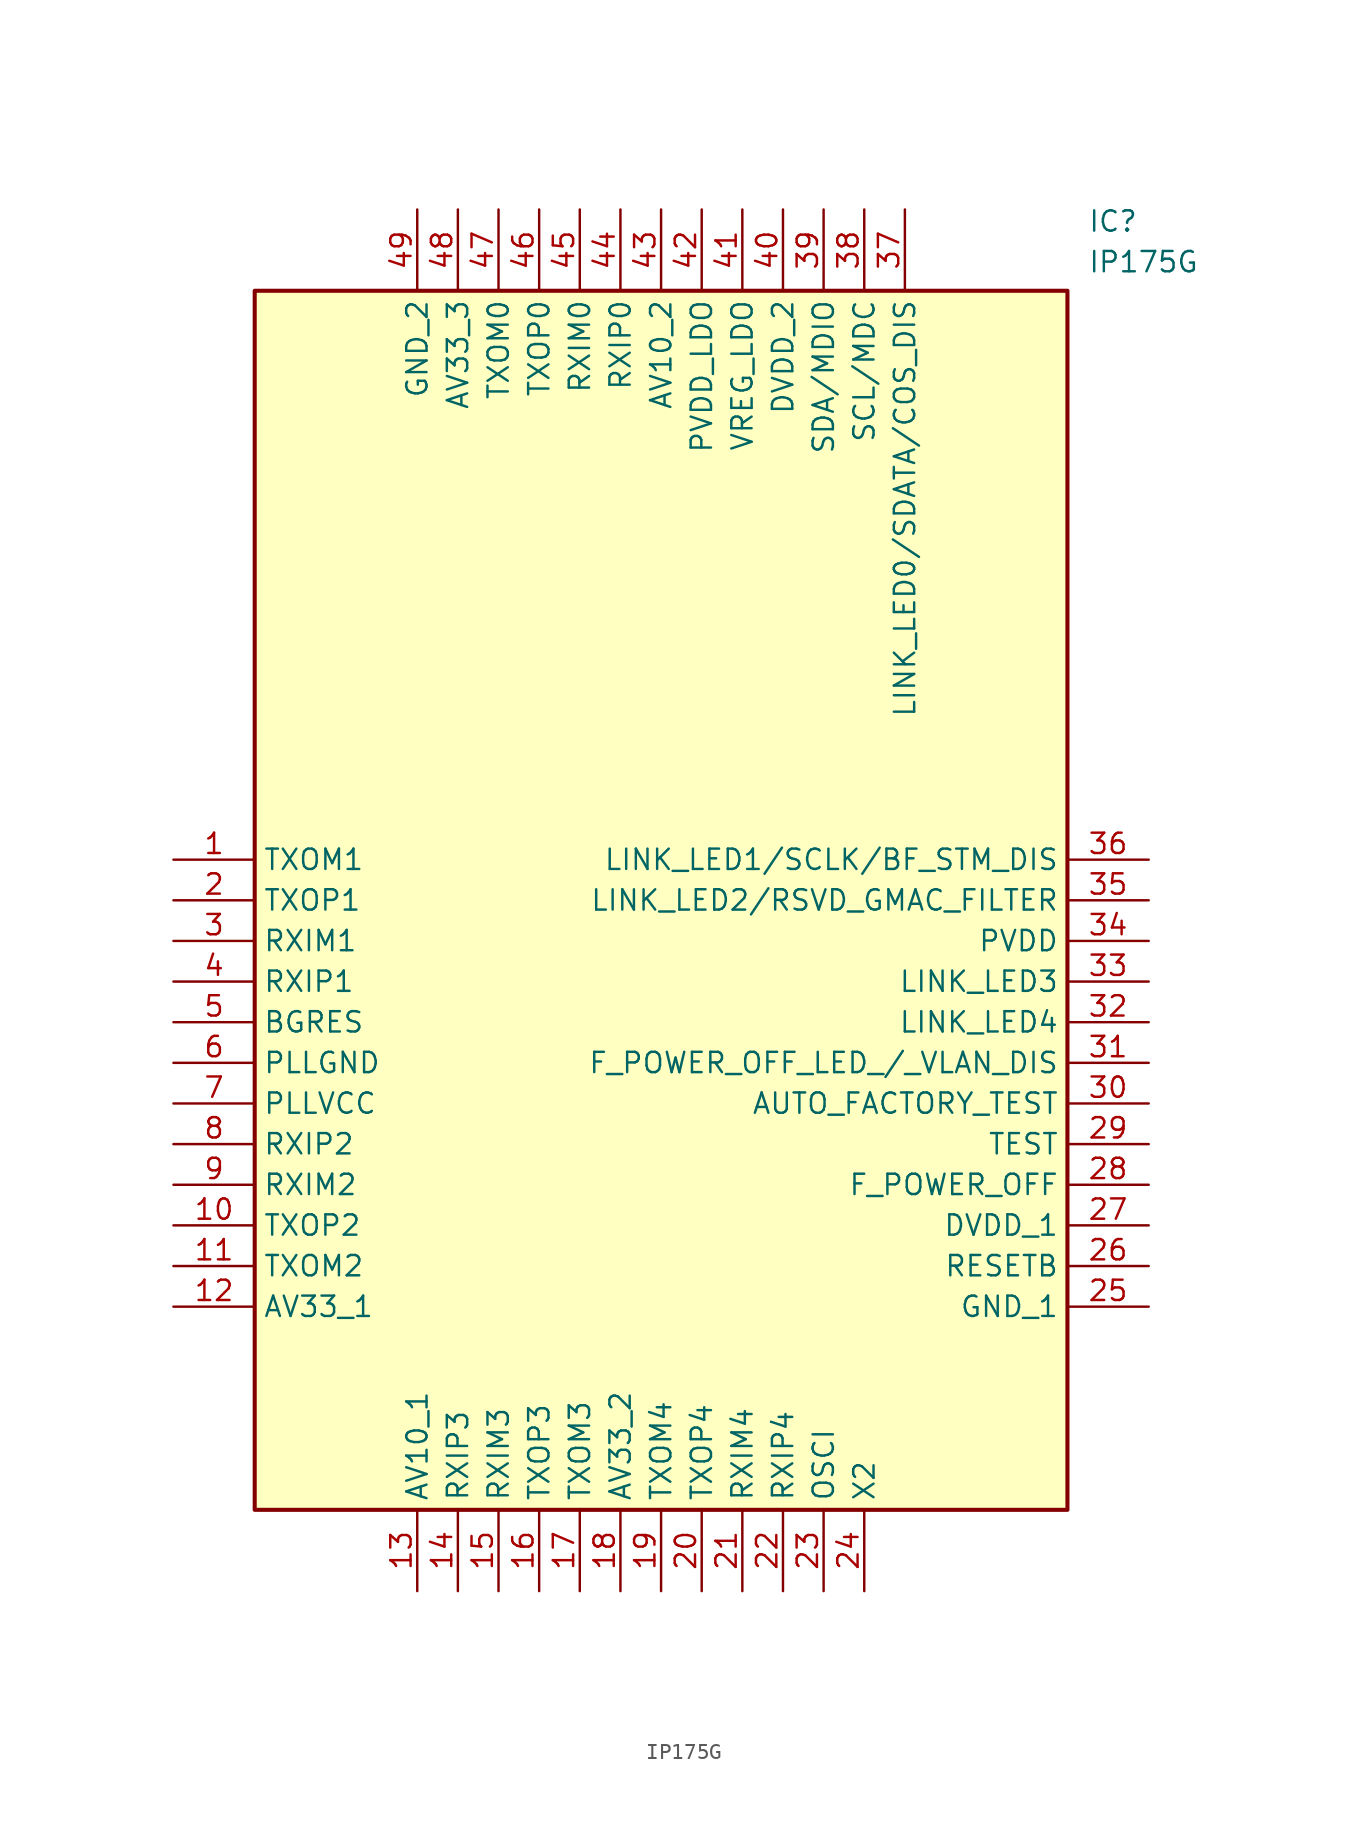
<source format=kicad_sym>
(kicad_symbol_lib
  (version 20211014)
  (generator SamacSys_ECAD_Model)
  (symbol "IP175G"
    (property "Reference" "IC"
      (at 57.15 40.64 0)
      (effects (font (size 1.27 1.27)) (justify left top)))
    (property "Value" "IP175G"
      (at 57.15 38.1 0)
      (effects (font (size 1.27 1.27)) (justify left top)))
    (rectangle
      (start 5.08 35.56)
      (end 55.88 -40.64)
      (stroke (width 0.254) (type default))
      (fill (type background)))
    (pin passive line
      (at 0 0 0)
      (length 5.08)
      (name "TXOM1" (effects (font (size 1.27 1.27))))
      (number "1" (effects (font (size 1.27 1.27)))))
    (pin passive line
      (at 0 -2.54 0)
      (length 5.08)
      (name "TXOP1" (effects (font (size 1.27 1.27))))
      (number "2" (effects (font (size 1.27 1.27)))))
    (pin passive line
      (at 0 -5.08 0)
      (length 5.08)
      (name "RXIM1" (effects (font (size 1.27 1.27))))
      (number "3" (effects (font (size 1.27 1.27)))))
    (pin passive line
      (at 0 -7.62 0)
      (length 5.08)
      (name "RXIP1" (effects (font (size 1.27 1.27))))
      (number "4" (effects (font (size 1.27 1.27)))))
    (pin passive line
      (at 0 -10.16 0)
      (length 5.08)
      (name "BGRES" (effects (font (size 1.27 1.27))))
      (number "5" (effects (font (size 1.27 1.27)))))
    (pin passive line
      (at 0 -12.7 0)
      (length 5.08)
      (name "PLLGND" (effects (font (size 1.27 1.27))))
      (number "6" (effects (font (size 1.27 1.27)))))
    (pin passive line
      (at 0 -15.24 0)
      (length 5.08)
      (name "PLLVCC" (effects (font (size 1.27 1.27))))
      (number "7" (effects (font (size 1.27 1.27)))))
    (pin passive line
      (at 0 -17.78 0)
      (length 5.08)
      (name "RXIP2" (effects (font (size 1.27 1.27))))
      (number "8" (effects (font (size 1.27 1.27)))))
    (pin passive line
      (at 0 -20.32 0)
      (length 5.08)
      (name "RXIM2" (effects (font (size 1.27 1.27))))
      (number "9" (effects (font (size 1.27 1.27)))))
    (pin passive line
      (at 0 -22.86 0)
      (length 5.08)
      (name "TXOP2" (effects (font (size 1.27 1.27))))
      (number "10" (effects (font (size 1.27 1.27)))))
    (pin passive line
      (at 0 -25.4 0)
      (length 5.08)
      (name "TXOM2" (effects (font (size 1.27 1.27))))
      (number "11" (effects (font (size 1.27 1.27)))))
    (pin passive line
      (at 0 -27.94 0)
      (length 5.08)
      (name "AV33_1" (effects (font (size 1.27 1.27))))
      (number "12" (effects (font (size 1.27 1.27)))))
    (pin passive line
      (at 15.24 -45.72 90)
      (length 5.08)
      (name "AV10_1" (effects (font (size 1.27 1.27))))
      (number "13" (effects (font (size 1.27 1.27)))))
    (pin passive line
      (at 17.78 -45.72 90)
      (length 5.08)
      (name "RXIP3" (effects (font (size 1.27 1.27))))
      (number "14" (effects (font (size 1.27 1.27)))))
    (pin passive line
      (at 20.32 -45.72 90)
      (length 5.08)
      (name "RXIM3" (effects (font (size 1.27 1.27))))
      (number "15" (effects (font (size 1.27 1.27)))))
    (pin passive line
      (at 22.86 -45.72 90)
      (length 5.08)
      (name "TXOP3" (effects (font (size 1.27 1.27))))
      (number "16" (effects (font (size 1.27 1.27)))))
    (pin passive line
      (at 25.4 -45.72 90)
      (length 5.08)
      (name "TXOM3" (effects (font (size 1.27 1.27))))
      (number "17" (effects (font (size 1.27 1.27)))))
    (pin passive line
      (at 27.94 -45.72 90)
      (length 5.08)
      (name "AV33_2" (effects (font (size 1.27 1.27))))
      (number "18" (effects (font (size 1.27 1.27)))))
    (pin passive line
      (at 30.48 -45.72 90)
      (length 5.08)
      (name "TXOM4" (effects (font (size 1.27 1.27))))
      (number "19" (effects (font (size 1.27 1.27)))))
    (pin passive line
      (at 33.02 -45.72 90)
      (length 5.08)
      (name "TXOP4" (effects (font (size 1.27 1.27))))
      (number "20" (effects (font (size 1.27 1.27)))))
    (pin passive line
      (at 35.56 -45.72 90)
      (length 5.08)
      (name "RXIM4" (effects (font (size 1.27 1.27))))
      (number "21" (effects (font (size 1.27 1.27)))))
    (pin passive line
      (at 38.1 -45.72 90)
      (length 5.08)
      (name "RXIP4" (effects (font (size 1.27 1.27))))
      (number "22" (effects (font (size 1.27 1.27)))))
    (pin passive line
      (at 40.64 -45.72 90)
      (length 5.08)
      (name "OSCI" (effects (font (size 1.27 1.27))))
      (number "23" (effects (font (size 1.27 1.27)))))
    (pin passive line
      (at 43.18 -45.72 90)
      (length 5.08)
      (name "X2" (effects (font (size 1.27 1.27))))
      (number "24" (effects (font (size 1.27 1.27)))))
    (pin passive line
      (at 60.96 0 180)
      (length 5.08)
      (name "LINK_LED1/SCLK/BF_STM_DIS" (effects (font (size 1.27 1.27))))
      (number "36" (effects (font (size 1.27 1.27)))))
    (pin passive line
      (at 60.96 -2.54 180)
      (length 5.08)
      (name "LINK_LED2/RSVD_GMAC_FILTER" (effects (font (size 1.27 1.27))))
      (number "35" (effects (font (size 1.27 1.27)))))
    (pin passive line
      (at 60.96 -5.08 180)
      (length 5.08)
      (name "PVDD" (effects (font (size 1.27 1.27))))
      (number "34" (effects (font (size 1.27 1.27)))))
    (pin passive line
      (at 60.96 -7.62 180)
      (length 5.08)
      (name "LINK_LED3" (effects (font (size 1.27 1.27))))
      (number "33" (effects (font (size 1.27 1.27)))))
    (pin passive line
      (at 60.96 -10.16 180)
      (length 5.08)
      (name "LINK_LED4" (effects (font (size 1.27 1.27))))
      (number "32" (effects (font (size 1.27 1.27)))))
    (pin passive line
      (at 60.96 -12.7 180)
      (length 5.08)
      (name "F_POWER_OFF_LED_/_VLAN_DIS" (effects (font (size 1.27 1.27))))
      (number "31" (effects (font (size 1.27 1.27)))))
    (pin passive line
      (at 60.96 -15.24 180)
      (length 5.08)
      (name "AUTO_FACTORY_TEST" (effects (font (size 1.27 1.27))))
      (number "30" (effects (font (size 1.27 1.27)))))
    (pin passive line
      (at 60.96 -17.78 180)
      (length 5.08)
      (name "TEST" (effects (font (size 1.27 1.27))))
      (number "29" (effects (font (size 1.27 1.27)))))
    (pin passive line
      (at 60.96 -20.32 180)
      (length 5.08)
      (name "F_POWER_OFF" (effects (font (size 1.27 1.27))))
      (number "28" (effects (font (size 1.27 1.27)))))
    (pin passive line
      (at 60.96 -22.86 180)
      (length 5.08)
      (name "DVDD_1" (effects (font (size 1.27 1.27))))
      (number "27" (effects (font (size 1.27 1.27)))))
    (pin passive line
      (at 60.96 -25.4 180)
      (length 5.08)
      (name "RESETB" (effects (font (size 1.27 1.27))))
      (number "26" (effects (font (size 1.27 1.27)))))
    (pin passive line
      (at 60.96 -27.94 180)
      (length 5.08)
      (name "GND_1" (effects (font (size 1.27 1.27))))
      (number "25" (effects (font (size 1.27 1.27)))))
    (pin passive line
      (at 15.24 40.64 270)
      (length 5.08)
      (name "GND_2" (effects (font (size 1.27 1.27))))
      (number "49" (effects (font (size 1.27 1.27)))))
    (pin passive line
      (at 17.78 40.64 270)
      (length 5.08)
      (name "AV33_3" (effects (font (size 1.27 1.27))))
      (number "48" (effects (font (size 1.27 1.27)))))
    (pin passive line
      (at 20.32 40.64 270)
      (length 5.08)
      (name "TXOM0" (effects (font (size 1.27 1.27))))
      (number "47" (effects (font (size 1.27 1.27)))))
    (pin passive line
      (at 22.86 40.64 270)
      (length 5.08)
      (name "TXOP0" (effects (font (size 1.27 1.27))))
      (number "46" (effects (font (size 1.27 1.27)))))
    (pin passive line
      (at 25.4 40.64 270)
      (length 5.08)
      (name "RXIM0" (effects (font (size 1.27 1.27))))
      (number "45" (effects (font (size 1.27 1.27)))))
    (pin passive line
      (at 27.94 40.64 270)
      (length 5.08)
      (name "RXIP0" (effects (font (size 1.27 1.27))))
      (number "44" (effects (font (size 1.27 1.27)))))
    (pin passive line
      (at 30.48 40.64 270)
      (length 5.08)
      (name "AV10_2" (effects (font (size 1.27 1.27))))
      (number "43" (effects (font (size 1.27 1.27)))))
    (pin passive line
      (at 33.02 40.64 270)
      (length 5.08)
      (name "PVDD_LDO" (effects (font (size 1.27 1.27))))
      (number "42" (effects (font (size 1.27 1.27)))))
    (pin passive line
      (at 35.56 40.64 270)
      (length 5.08)
      (name "VREG_LDO" (effects (font (size 1.27 1.27))))
      (number "41" (effects (font (size 1.27 1.27)))))
    (pin passive line
      (at 38.1 40.64 270)
      (length 5.08)
      (name "DVDD_2" (effects (font (size 1.27 1.27))))
      (number "40" (effects (font (size 1.27 1.27)))))
    (pin passive line
      (at 40.64 40.64 270)
      (length 5.08)
      (name "SDA/MDIO" (effects (font (size 1.27 1.27))))
      (number "39" (effects (font (size 1.27 1.27)))))
    (pin passive line
      (at 43.18 40.64 270)
      (length 5.08)
      (name "SCL/MDC" (effects (font (size 1.27 1.27))))
      (number "38" (effects (font (size 1.27 1.27)))))
    (pin passive line
      (at 45.72 40.64 270)
      (length 5.08)
      (name "LINK_LED0/SDATA/COS_DIS" (effects (font (size 1.27 1.27))))
      (number "37" (effects (font (size 1.27 1.27)))))))
</source>
